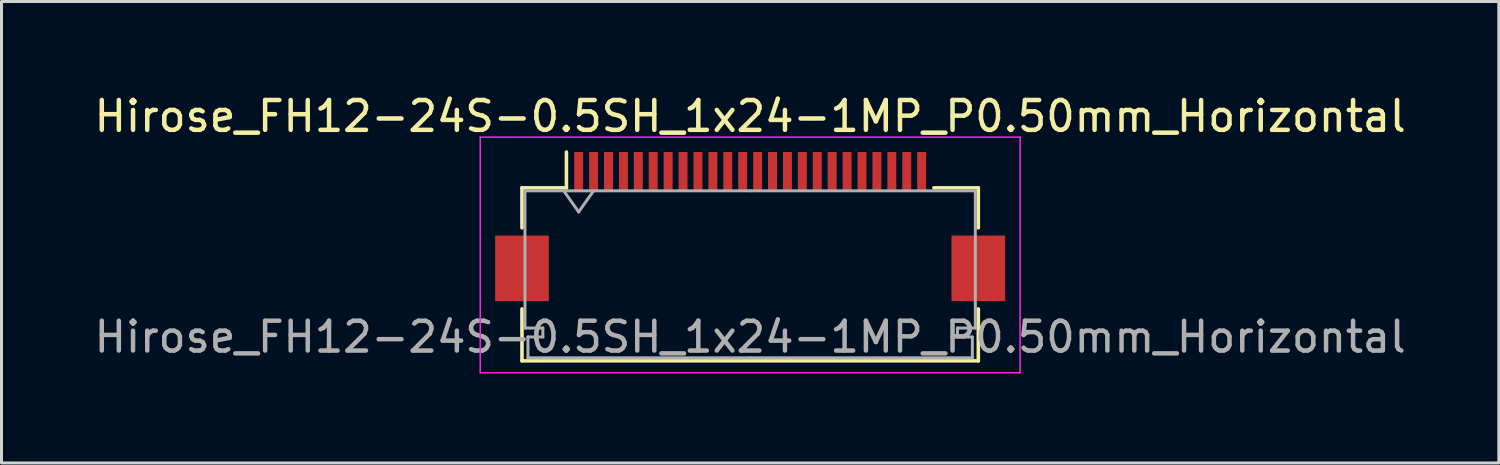
<source format=kicad_pcb>
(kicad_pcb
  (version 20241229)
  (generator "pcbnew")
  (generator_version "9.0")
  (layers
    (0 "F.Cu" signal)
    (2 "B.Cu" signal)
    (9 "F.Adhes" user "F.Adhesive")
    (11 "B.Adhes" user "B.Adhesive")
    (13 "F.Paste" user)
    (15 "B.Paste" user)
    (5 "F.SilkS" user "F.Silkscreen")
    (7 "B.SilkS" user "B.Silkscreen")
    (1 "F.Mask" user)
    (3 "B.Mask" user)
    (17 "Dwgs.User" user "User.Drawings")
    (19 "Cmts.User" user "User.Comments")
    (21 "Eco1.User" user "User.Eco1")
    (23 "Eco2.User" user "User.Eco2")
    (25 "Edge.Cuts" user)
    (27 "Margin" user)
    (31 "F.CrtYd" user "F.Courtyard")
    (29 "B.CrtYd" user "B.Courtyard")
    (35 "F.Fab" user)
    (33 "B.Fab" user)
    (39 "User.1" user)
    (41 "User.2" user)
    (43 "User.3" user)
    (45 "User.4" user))
  (footprint "Hirose_FH12-24S-0.5SH_1x24-1MP_P0.50mm_Horizontal"
    (layer "F.Cu")
    (at 22.101 4.548)
    (property "Reference" "Hirose_FH12-24S-0.5SH_1x24-1MP_P0.50mm_Horizontal" (at 0 -3.7 0) (layer "F.SilkS") (effects (font (size 1 1) (thickness 0.15))))
    (attr smd)
    (fp_line (start -7.65 -1.3) (end -7.65 0.04) (stroke (width 0.12) (type solid)) (layer "F.SilkS"))
    (fp_line (start -7.65 2.76) (end -7.65 4.5) (stroke (width 0.12) (type solid)) (layer "F.SilkS"))
    (fp_line (start -7.65 4.5) (end 7.65 4.5) (stroke (width 0.12) (type solid)) (layer "F.SilkS"))
    (fp_line (start -6.16 -1.3) (end -7.65 -1.3) (stroke (width 0.12) (type solid)) (layer "F.SilkS"))
    (fp_line (start -6.16 -1.3) (end -6.16 -2.5) (stroke (width 0.12) (type solid)) (layer "F.SilkS"))
    (fp_line (start 6.16 -1.3) (end 7.65 -1.3) (stroke (width 0.12) (type solid)) (layer "F.SilkS"))
    (fp_line (start 7.65 -1.3) (end 7.65 0.04) (stroke (width 0.12) (type solid)) (layer "F.SilkS"))
    (fp_line (start 7.65 4.5) (end 7.65 2.76) (stroke (width 0.12) (type solid)) (layer "F.SilkS"))
    (fp_line (start -9.05 -3) (end -9.05 4.9) (stroke (width 0.05) (type solid)) (layer "F.CrtYd"))
    (fp_line (start -9.05 4.9) (end 9.05 4.9) (stroke (width 0.05) (type solid)) (layer "F.CrtYd"))
    (fp_line (start 9.05 -3) (end -9.05 -3) (stroke (width 0.05) (type solid)) (layer "F.CrtYd"))
    (fp_line (start 9.05 4.9) (end 9.05 -3) (stroke (width 0.05) (type solid)) (layer "F.CrtYd"))
    (fp_line (start -7.55 -1.2) (end -7.55 3.4) (stroke (width 0.1) (type solid)) (layer "F.Fab"))
    (fp_line (start -7.55 3.4) (end -6.95 3.4) (stroke (width 0.1) (type solid)) (layer "F.Fab"))
    (fp_line (start -7.45 3.7) (end -7.45 4.4) (stroke (width 0.1) (type solid)) (layer "F.Fab"))
    (fp_line (start -7.45 4.4) (end 0 4.4) (stroke (width 0.1) (type solid)) (layer "F.Fab"))
    (fp_line (start -6.95 3.4) (end -6.95 3.7) (stroke (width 0.1) (type solid)) (layer "F.Fab"))
    (fp_line (start -6.95 3.7) (end -7.45 3.7) (stroke (width 0.1) (type solid)) (layer "F.Fab"))
    (fp_line (start -6.25 -1.2) (end -5.75 -0.493) (stroke (width 0.1) (type solid)) (layer "F.Fab"))
    (fp_line (start -5.75 -0.493) (end -5.25 -1.2) (stroke (width 0.1) (type solid)) (layer "F.Fab"))
    (fp_line (start 0 -1.2) (end -7.55 -1.2) (stroke (width 0.1) (type solid)) (layer "F.Fab"))
    (fp_line (start 0 -1.2) (end 7.55 -1.2) (stroke (width 0.1) (type solid)) (layer "F.Fab"))
    (fp_line (start 6.95 3.4) (end 6.95 3.7) (stroke (width 0.1) (type solid)) (layer "F.Fab"))
    (fp_line (start 6.95 3.7) (end 7.45 3.7) (stroke (width 0.1) (type solid)) (layer "F.Fab"))
    (fp_line (start 7.45 3.7) (end 7.45 4.4) (stroke (width 0.1) (type solid)) (layer "F.Fab"))
    (fp_line (start 7.45 4.4) (end 0 4.4) (stroke (width 0.1) (type solid)) (layer "F.Fab"))
    (fp_line (start 7.55 -1.2) (end 7.55 3.4) (stroke (width 0.1) (type solid)) (layer "F.Fab"))
    (fp_line (start 7.55 3.4) (end 6.95 3.4) (stroke (width 0.1) (type solid)) (layer "F.Fab"))
    (fp_text user "${REFERENCE}" (at 0 3.7 0) (layer "F.Fab") (effects (font (size 1 1) (thickness 0.15))))
    (pad "1" smd rect (at -5.75 -1.85) (size 0.3 1.3) (layers "F.Cu" "F.Mask" "F.Paste"))
    (pad "2" smd rect (at -5.25 -1.85) (size 0.3 1.3) (layers "F.Cu" "F.Mask" "F.Paste"))
    (pad "3" smd rect (at -4.75 -1.85) (size 0.3 1.3) (layers "F.Cu" "F.Mask" "F.Paste"))
    (pad "4" smd rect (at -4.25 -1.85) (size 0.3 1.3) (layers "F.Cu" "F.Mask" "F.Paste"))
    (pad "5" smd rect (at -3.75 -1.85) (size 0.3 1.3) (layers "F.Cu" "F.Mask" "F.Paste"))
    (pad "6" smd rect (at -3.25 -1.85) (size 0.3 1.3) (layers "F.Cu" "F.Mask" "F.Paste"))
    (pad "7" smd rect (at -2.75 -1.85) (size 0.3 1.3) (layers "F.Cu" "F.Mask" "F.Paste"))
    (pad "8" smd rect (at -2.25 -1.85) (size 0.3 1.3) (layers "F.Cu" "F.Mask" "F.Paste"))
    (pad "9" smd rect (at -1.75 -1.85) (size 0.3 1.3) (layers "F.Cu" "F.Mask" "F.Paste"))
    (pad "10" smd rect (at -1.25 -1.85) (size 0.3 1.3) (layers "F.Cu" "F.Mask" "F.Paste"))
    (pad "11" smd rect (at -0.75 -1.85) (size 0.3 1.3) (layers "F.Cu" "F.Mask" "F.Paste"))
    (pad "12" smd rect (at -0.25 -1.85) (size 0.3 1.3) (layers "F.Cu" "F.Mask" "F.Paste"))
    (pad "13" smd rect (at 0.25 -1.85) (size 0.3 1.3) (layers "F.Cu" "F.Mask" "F.Paste"))
    (pad "14" smd rect (at 0.75 -1.85) (size 0.3 1.3) (layers "F.Cu" "F.Mask" "F.Paste"))
    (pad "15" smd rect (at 1.25 -1.85) (size 0.3 1.3) (layers "F.Cu" "F.Mask" "F.Paste"))
    (pad "16" smd rect (at 1.75 -1.85) (size 0.3 1.3) (layers "F.Cu" "F.Mask" "F.Paste"))
    (pad "17" smd rect (at 2.25 -1.85) (size 0.3 1.3) (layers "F.Cu" "F.Mask" "F.Paste"))
    (pad "18" smd rect (at 2.75 -1.85) (size 0.3 1.3) (layers "F.Cu" "F.Mask" "F.Paste"))
    (pad "19" smd rect (at 3.25 -1.85) (size 0.3 1.3) (layers "F.Cu" "F.Mask" "F.Paste"))
    (pad "20" smd rect (at 3.75 -1.85) (size 0.3 1.3) (layers "F.Cu" "F.Mask" "F.Paste"))
    (pad "21" smd rect (at 4.25 -1.85) (size 0.3 1.3) (layers "F.Cu" "F.Mask" "F.Paste"))
    (pad "22" smd rect (at 4.75 -1.85) (size 0.3 1.3) (layers "F.Cu" "F.Mask" "F.Paste"))
    (pad "23" smd rect (at 5.25 -1.85) (size 0.3 1.3) (layers "F.Cu" "F.Mask" "F.Paste"))
    (pad "24" smd rect (at 5.75 -1.85) (size 0.3 1.3) (layers "F.Cu" "F.Mask" "F.Paste"))
    (pad "MP" smd rect (at -7.65 1.4) (size 1.8 2.2) (layers "F.Cu" "F.Mask" "F.Paste"))
    (pad "MP" smd rect (at 7.65 1.4) (size 1.8 2.2) (layers "F.Cu" "F.Mask" "F.Paste")))
  (gr_rect
    (start -3 -3)
    (end 47.202 12.473)
    (stroke (width 0.1) (type default))
    (fill no)
    (layer "Edge.Cuts")))
</source>
